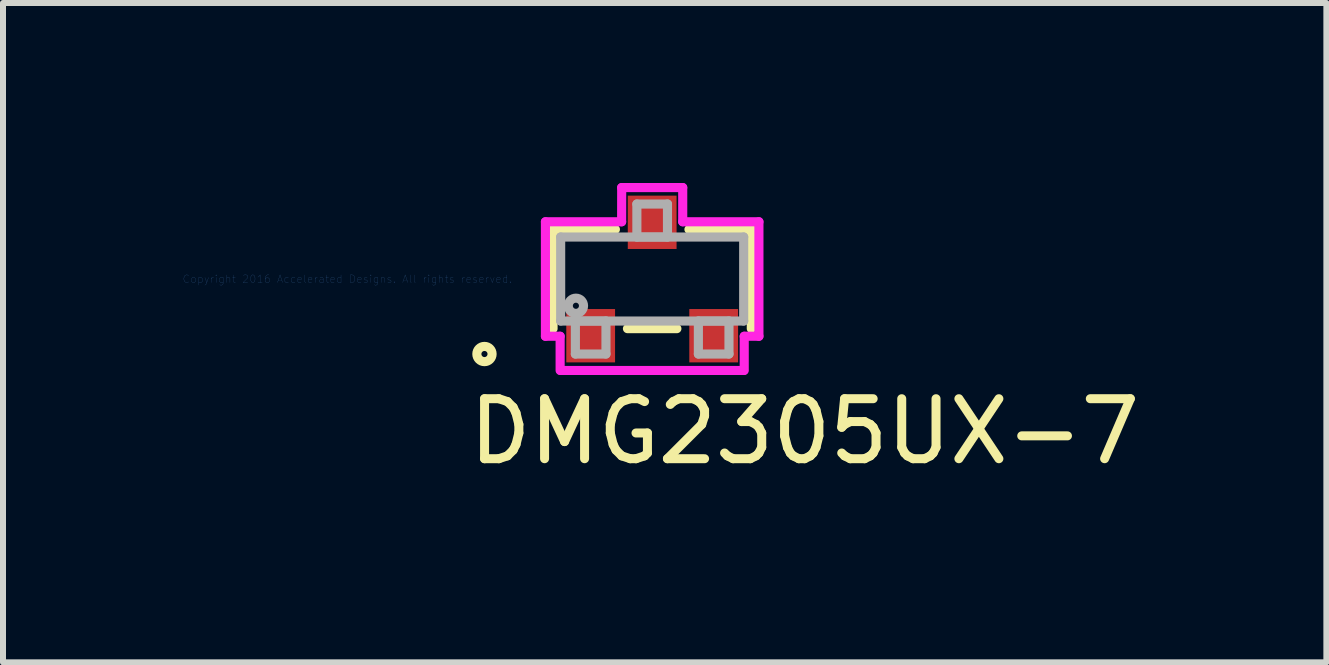
<source format=kicad_pcb>
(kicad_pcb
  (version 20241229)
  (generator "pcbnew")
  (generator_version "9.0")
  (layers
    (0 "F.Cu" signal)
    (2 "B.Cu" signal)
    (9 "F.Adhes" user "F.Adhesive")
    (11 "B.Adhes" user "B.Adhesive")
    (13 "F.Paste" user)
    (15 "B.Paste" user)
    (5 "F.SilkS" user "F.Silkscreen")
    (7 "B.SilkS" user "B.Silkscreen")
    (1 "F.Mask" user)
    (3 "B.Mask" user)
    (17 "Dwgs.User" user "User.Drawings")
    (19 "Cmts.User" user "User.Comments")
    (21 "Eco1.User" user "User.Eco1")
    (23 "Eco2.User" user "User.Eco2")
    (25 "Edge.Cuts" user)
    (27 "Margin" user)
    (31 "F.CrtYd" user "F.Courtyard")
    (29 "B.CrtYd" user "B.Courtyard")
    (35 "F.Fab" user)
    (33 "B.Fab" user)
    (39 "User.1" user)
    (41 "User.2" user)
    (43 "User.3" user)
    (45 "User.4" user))
  (footprint "DMG2305UX-7"
    (layer "F.Cu")
    (at 7.819 1.6)
    (property "Reference" "DMG2305UX-7" (at 2.54 2.54 0) (layer "F.SilkS") (effects (font (size 1 1) (thickness 0.15))))
    (attr through_hole)
    (fp_line (start -1.652 -0.827) (end -1.652 0.827) (stroke (width 0.152) (type solid)) (layer "F.SilkS"))
    (fp_line (start -0.613 -0.827) (end -1.652 -0.827) (stroke (width 0.152) (type solid)) (layer "F.SilkS"))
    (fp_line (start -0.412 0.827) (end 0.412 0.827) (stroke (width 0.152) (type solid)) (layer "F.SilkS"))
    (fp_line (start 1.652 -0.827) (end 0.613 -0.827) (stroke (width 0.152) (type solid)) (layer "F.SilkS"))
    (fp_line (start 1.652 0.827) (end 1.652 -0.827) (stroke (width 0.152) (type solid)) (layer "F.SilkS"))
    (fp_circle (center -2.795 1.25) (end -2.668 1.25) (stroke (width 0.152) (type solid)) (fill no) (layer "F.SilkS"))
    (fp_line (start -1.779 -0.954) (end -0.509 -0.954) (stroke (width 0.152) (type solid)) (layer "F.CrtYd"))
    (fp_line (start -1.779 0.954) (end -1.779 -0.954) (stroke (width 0.152) (type solid)) (layer "F.CrtYd"))
    (fp_line (start -1.779 0.954) (end -1.534 0.954) (stroke (width 0.152) (type solid)) (layer "F.CrtYd"))
    (fp_line (start -1.534 0.954) (end -1.534 1.524) (stroke (width 0.152) (type solid)) (layer "F.CrtYd"))
    (fp_line (start -1.524 1.524) (end 1.524 1.524) (stroke (width 0.152) (type solid)) (layer "F.CrtYd"))
    (fp_line (start -0.509 -1.524) (end 0.509 -1.524) (stroke (width 0.152) (type solid)) (layer "F.CrtYd"))
    (fp_line (start -0.509 -0.954) (end -0.508 -1.524) (stroke (width 0.152) (type solid)) (layer "F.CrtYd"))
    (fp_line (start 0.509 -0.954) (end 0.509 -1.524) (stroke (width 0.152) (type solid)) (layer "F.CrtYd"))
    (fp_line (start 1.534 0.954) (end 1.534 1.524) (stroke (width 0.152) (type solid)) (layer "F.CrtYd"))
    (fp_line (start 1.779 -0.954) (end 0.509 -0.954) (stroke (width 0.152) (type solid)) (layer "F.CrtYd"))
    (fp_line (start 1.779 -0.954) (end 1.779 0.954) (stroke (width 0.152) (type solid)) (layer "F.CrtYd"))
    (fp_line (start 1.779 0.954) (end 1.534 0.954) (stroke (width 0.152) (type solid)) (layer "F.CrtYd"))
    (fp_line (start -1.525 -0.7) (end -1.525 0.7) (stroke (width 0.152) (type solid)) (layer "F.Fab"))
    (fp_line (start -1.525 0.7) (end 1.525 0.7) (stroke (width 0.152) (type solid)) (layer "F.Fab"))
    (fp_line (start -1.28 0.7) (end -1.28 1.25) (stroke (width 0.152) (type solid)) (layer "F.Fab"))
    (fp_line (start -1.28 1.25) (end -0.77 1.25) (stroke (width 0.152) (type solid)) (layer "F.Fab"))
    (fp_line (start -0.77 0.7) (end -1.28 0.7) (stroke (width 0.152) (type solid)) (layer "F.Fab"))
    (fp_line (start -0.77 1.25) (end -0.77 0.7) (stroke (width 0.152) (type solid)) (layer "F.Fab"))
    (fp_line (start -0.255 -1.25) (end -0.255 -0.7) (stroke (width 0.152) (type solid)) (layer "F.Fab"))
    (fp_line (start -0.255 -0.7) (end 0.255 -0.7) (stroke (width 0.152) (type solid)) (layer "F.Fab"))
    (fp_line (start 0.255 -1.25) (end -0.255 -1.25) (stroke (width 0.152) (type solid)) (layer "F.Fab"))
    (fp_line (start 0.255 -0.7) (end 0.255 -1.25) (stroke (width 0.152) (type solid)) (layer "F.Fab"))
    (fp_line (start 0.77 0.7) (end 0.77 1.25) (stroke (width 0.152) (type solid)) (layer "F.Fab"))
    (fp_line (start 0.77 1.25) (end 1.28 1.25) (stroke (width 0.152) (type solid)) (layer "F.Fab"))
    (fp_line (start 1.28 0.7) (end 0.77 0.7) (stroke (width 0.152) (type solid)) (layer "F.Fab"))
    (fp_line (start 1.28 1.25) (end 1.28 0.7) (stroke (width 0.152) (type solid)) (layer "F.Fab"))
    (fp_line (start 1.525 -0.7) (end -1.525 -0.7) (stroke (width 0.152) (type solid)) (layer "F.Fab"))
    (fp_line (start 1.525 0.7) (end 1.525 -0.7) (stroke (width 0.152) (type solid)) (layer "F.Fab"))
    (fp_circle (center -1.271 0.446) (end -1.144 0.446) (stroke (width 0.152) (type solid)) (fill no) (layer "F.Fab"))
    (fp_text user "Copyright 2016 Accelerated Designs. All rights reserved." (at -5.08 0 0) (layer "Cmts.User") (effects (font (size 0.127 0.127) (thickness 0.002))))
    (pad "1" smd rect (at -1.025 0.945) (size 0.813 0.889) (layers "F.Cu" "F.Mask" "F.Paste"))
    (pad "2" smd rect (at 1.025 0.945) (size 0.813 0.889) (layers "F.Cu" "F.Mask" "F.Paste"))
    (pad "3" smd rect (at 0 -0.945) (size 0.813 0.889) (layers "F.Cu" "F.Mask" "F.Paste")))
  (gr_rect
    (start -3 -3)
    (end 19.055 7.988)
    (stroke (width 0.1) (type default))
    (fill no)
    (layer "Edge.Cuts")))
</source>
